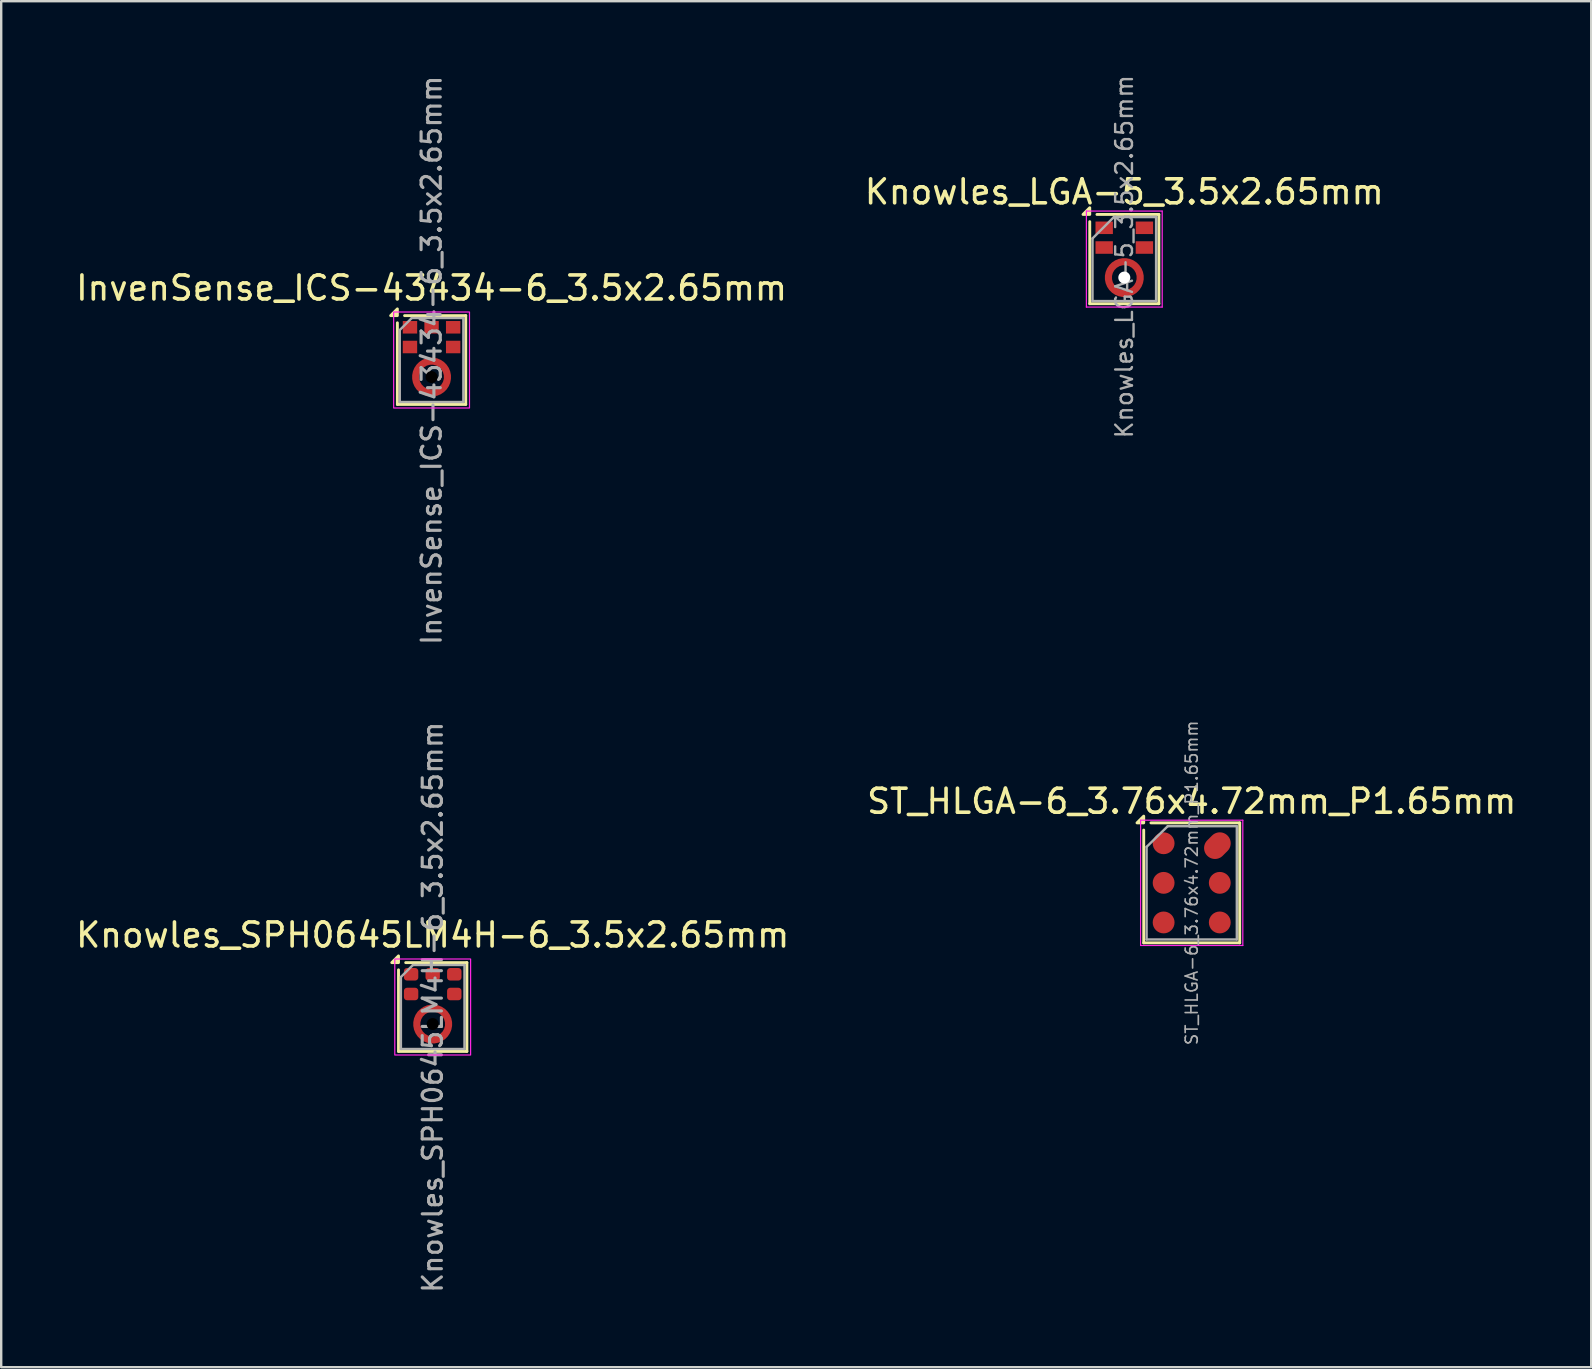
<source format=kicad_pcb>
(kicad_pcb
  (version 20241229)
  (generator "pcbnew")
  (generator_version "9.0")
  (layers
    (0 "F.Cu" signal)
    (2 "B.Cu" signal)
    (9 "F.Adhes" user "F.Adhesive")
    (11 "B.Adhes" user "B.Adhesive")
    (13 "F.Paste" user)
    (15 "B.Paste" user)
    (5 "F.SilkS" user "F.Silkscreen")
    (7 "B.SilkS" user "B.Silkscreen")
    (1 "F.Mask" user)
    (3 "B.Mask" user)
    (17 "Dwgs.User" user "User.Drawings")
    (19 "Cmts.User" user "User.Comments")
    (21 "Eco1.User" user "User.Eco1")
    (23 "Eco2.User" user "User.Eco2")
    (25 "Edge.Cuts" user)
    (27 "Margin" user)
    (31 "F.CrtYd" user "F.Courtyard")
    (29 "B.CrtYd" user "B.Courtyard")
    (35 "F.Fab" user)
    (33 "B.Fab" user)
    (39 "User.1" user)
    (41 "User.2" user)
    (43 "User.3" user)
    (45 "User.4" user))
  (footprint "Knowles_LGA-5_3.5x2.65mm"
    (layer "F.Cu")
    (at 43.804 7.747)
    (property "Reference" "Knowles_LGA-5_3.5x2.65mm" (at 0 -2.8 0) (layer "F.SilkS") (effects (font (size 1 1) (thickness 0.15))))
    (attr smd)
    (fp_line (start -1.44 1.86) (end -1.44 -1.56) (stroke (width 0.12) (type solid)) (layer "F.SilkS"))
    (fp_line (start -1.14 -1.86) (end 1.44 -1.86) (stroke (width 0.12) (type solid)) (layer "F.SilkS"))
    (fp_line (start 1.44 -1.86) (end 1.44 1.86) (stroke (width 0.12) (type solid)) (layer "F.SilkS"))
    (fp_line (start 1.44 1.86) (end -1.44 1.86) (stroke (width 0.12) (type solid)) (layer "F.SilkS"))
    (fp_poly (pts (xy -1.44 -1.86) (xy -1.72 -1.86) (xy -1.44 -2.14) (xy -1.44 -1.86)) (stroke (width 0.12) (type solid)) (fill yes) (layer "F.SilkS"))
    (fp_arc (start -0.6 0.49) (mid -0.464769 0.298418) (end -0.271239 0.165989) (stroke (width 0.3) (type solid)) (layer "F.Paste"))
    (fp_arc (start -0.28 1.37) (mid -0.471582 1.234769) (end -0.604011 1.041239) (stroke (width 0.3) (type solid)) (layer "F.Paste"))
    (fp_arc (start 0.28 0.17) (mid 0.471401 0.305047) (end 0.603799 0.49829) (stroke (width 0.3) (type solid)) (layer "F.Paste"))
    (fp_arc (start 0.6 1.05) (mid 0.464769 1.241582) (end 0.271239 1.374011) (stroke (width 0.3) (type solid)) (layer "F.Paste"))
    (fp_line (start -1.58 -2) (end 1.58 -2) (stroke (width 0.05) (type solid)) (layer "F.CrtYd"))
    (fp_line (start -1.58 2) (end -1.58 -2) (stroke (width 0.05) (type solid)) (layer "F.CrtYd"))
    (fp_line (start 1.58 -2) (end 1.58 2) (stroke (width 0.05) (type solid)) (layer "F.CrtYd"))
    (fp_line (start 1.58 2) (end -1.58 2) (stroke (width 0.05) (type solid)) (layer "F.CrtYd"))
    (fp_line (start -1.325 1.75) (end -1.325 -0.86) (stroke (width 0.1) (type solid)) (layer "F.Fab"))
    (fp_line (start -0.435 -1.75) (end -1.325 -0.86) (stroke (width 0.1) (type solid)) (layer "F.Fab"))
    (fp_line (start 1.325 -1.75) (end -0.435 -1.75) (stroke (width 0.1) (type solid)) (layer "F.Fab"))
    (fp_line (start 1.325 -1.75) (end 1.325 1.75) (stroke (width 0.1) (type solid)) (layer "F.Fab"))
    (fp_line (start 1.325 1.75) (end -1.325 1.75) (stroke (width 0.1) (type solid)) (layer "F.Fab"))
    (fp_text user "${REFERENCE}" (at 0 -0.1 90) (layer "F.Fab") (effects (font (size 0.7 0.7) (thickness 0.1))))
    (pad "" np_thru_hole circle (at 0 0.77) (size 0.5 0.5) (drill 0.5) (layers "*.Cu" "*.Mask"))
    (pad "1" smd rect (at -0.838 -1.304) (size 0.725 0.522) (layers "F.Cu" "F.Mask" "F.Paste"))
    (pad "2" smd rect (at -0.838 -0.482) (size 0.725 0.522) (layers "F.Cu" "F.Mask" "F.Paste"))
    (pad "3" smd custom (at 0 1.433) (size 0.3 0.3) (layers "F.Cu" "F.Mask") (options (anchor circle)) (primitives (gr_circle (center 0 -0.662) (end 0.662 -0.662) (width 0.3) (fill no))))
    (pad "4" smd rect (at 0.838 -0.482) (size 0.725 0.522) (layers "F.Cu" "F.Mask" "F.Paste"))
    (pad "5" smd rect (at 0.838 -1.304) (size 0.725 0.522) (layers "F.Cu" "F.Mask" "F.Paste")))
  (footprint "Knowles_SPH0645LM4H-6_3.5x2.65mm"
    (layer "F.Cu")
    (at 14.982 38.916)
    (property "Reference" "Knowles_SPH0645LM4H-6_3.5x2.65mm" (at 0 -3 0) (unlocked yes) (layer "F.SilkS") (effects (font (size 1 1) (thickness 0.15))))
    (attr smd)
    (fp_line (start -1.425 1.85) (end -1.425 -1.55) (stroke (width 0.12) (type default)) (layer "F.SilkS"))
    (fp_line (start -1.125 -1.85) (end 1.425 -1.85) (stroke (width 0.12) (type default)) (layer "F.SilkS"))
    (fp_line (start 1.425 -1.85) (end 1.425 1.85) (stroke (width 0.12) (type default)) (layer "F.SilkS"))
    (fp_line (start 1.425 1.85) (end -1.425 1.85) (stroke (width 0.12) (type default)) (layer "F.SilkS"))
    (fp_poly (pts (xy -1.425 -1.85) (xy -1.705 -1.85) (xy -1.425 -2.13) (xy -1.425 -1.85)) (stroke (width 0.12) (type solid)) (fill yes) (layer "F.SilkS"))
    (fp_poly (pts (xy -0.641 1.209) (xy -0.723 1.08) (xy -0.78 0.937) (xy -0.809 0.787) (xy -0.809 0.633) (xy -0.78 0.483) (xy -0.723 0.34) (xy -0.641 0.211) (xy -0.426 0.425) (xy -0.468 0.501) (xy -0.496 0.582) (xy -0.511 0.667) (xy -0.511 0.753) (xy -0.496 0.838) (xy -0.468 0.919) (xy -0.426 0.995)) (stroke (width 0) (type solid)) (fill yes) (layer "F.Paste"))
    (fp_poly (pts (xy -0.499 0.069) (xy -0.37 -0.013) (xy -0.227 -0.07) (xy -0.077 -0.099) (xy 0.077 -0.099) (xy 0.227 -0.07) (xy 0.37 -0.013) (xy 0.499 0.069) (xy 0.285 0.284) (xy 0.209 0.242) (xy 0.128 0.214) (xy 0.043 0.199) (xy -0.043 0.199) (xy -0.128 0.214) (xy -0.209 0.242) (xy -0.285 0.284)) (stroke (width 0) (type solid)) (fill yes) (layer "F.Paste"))
    (fp_poly (pts (xy 0.499 1.351) (xy 0.37 1.433) (xy 0.227 1.49) (xy 0.077 1.519) (xy -0.077 1.519) (xy -0.227 1.49) (xy -0.37 1.433) (xy -0.499 1.351) (xy -0.285 1.136) (xy -0.209 1.178) (xy -0.128 1.206) (xy -0.043 1.221) (xy 0.043 1.221) (xy 0.128 1.206) (xy 0.209 1.178) (xy 0.285 1.136)) (stroke (width 0) (type solid)) (fill yes) (layer "F.Paste"))
    (fp_poly (pts (xy 0.641 0.211) (xy 0.723 0.34) (xy 0.78 0.483) (xy 0.809 0.633) (xy 0.809 0.787) (xy 0.78 0.937) (xy 0.723 1.08) (xy 0.641 1.209) (xy 0.426 0.995) (xy 0.468 0.919) (xy 0.496 0.838) (xy 0.511 0.753) (xy 0.511 0.667) (xy 0.496 0.582) (xy 0.468 0.501) (xy 0.426 0.425)) (stroke (width 0) (type solid)) (fill yes) (layer "F.Paste"))
    (fp_rect (start -1.58 -2) (end 1.58 2) (stroke (width 0.05) (type solid)) (fill no) (layer "F.CrtYd"))
    (fp_line (start -1.325 -1.25) (end -1.325 1.75) (stroke (width 0.1) (type solid)) (layer "F.Fab"))
    (fp_line (start -1.325 1.75) (end 1.325 1.75) (stroke (width 0.1) (type solid)) (layer "F.Fab"))
    (fp_line (start -0.825 -1.75) (end -1.325 -1.25) (stroke (width 0.1) (type solid)) (layer "F.Fab"))
    (fp_line (start 1.325 -1.75) (end -0.825 -1.75) (stroke (width 0.1) (type solid)) (layer "F.Fab"))
    (fp_line (start 1.325 1.75) (end 1.325 -1.75) (stroke (width 0.1) (type solid)) (layer "F.Fab"))
    (fp_text user "${REFERENCE}" (at 0 0.01 90) (unlocked yes) (layer "F.Fab") (effects (font (size 0.8 0.8) (thickness 0.13))))
    (pad "" np_thru_hole circle (at 0 0.71) (size 0.5 0.5) (drill 0.5) (layers "*.Mask"))
    (pad "1" smd roundrect (at -0.9 -1.364) (size 0.6 0.522) (layers "F.Cu" "F.Mask" "F.Paste") (roundrect_rratio 0.25))
    (pad "2" smd roundrect (at -0.9 -0.542) (size 0.6 0.522) (layers "F.Cu" "F.Mask" "F.Paste") (roundrect_rratio 0.25))
    (pad "3" smd custom (at 0.662 0.71 90) (size 0.3 0.3) (layers "F.Cu" "F.Mask") (options (anchor circle)) (primitives (gr_circle (center 0 -0.662) (end 0.662 -0.662) (width 0.3) (fill no))))
    (pad "4" smd roundrect (at 0.9 -0.542) (size 0.6 0.522) (layers "F.Cu" "F.Mask" "F.Paste") (roundrect_rratio 0.25))
    (pad "5" smd roundrect (at 0.9 -1.364) (size 0.6 0.522) (layers "F.Cu" "F.Mask" "F.Paste") (roundrect_rratio 0.25))
    (pad "6" smd roundrect (at 0 -1.364) (size 0.6 0.522) (layers "F.Cu" "F.Mask" "F.Paste") (roundrect_rratio 0.25)))
  (footprint "ST_HLGA-6_3.76x4.72mm_P1.65mm"
    (layer "F.Cu")
    (at 46.613 33.742)
    (property "Reference" "ST_HLGA-6_3.76x4.72mm_P1.65mm" (at 0 -3.4 0) (layer "F.SilkS") (effects (font (size 1 1) (thickness 0.15))))
    (attr smd)
    (fp_line (start -2 -2.2) (end -2 2.5) (stroke (width 0.12) (type solid)) (layer "F.SilkS"))
    (fp_line (start 2 -2.5) (end -1.7 -2.5) (stroke (width 0.12) (type solid)) (layer "F.SilkS"))
    (fp_line (start 2 -2.5) (end 2 2.5) (stroke (width 0.12) (type solid)) (layer "F.SilkS"))
    (fp_line (start 2 2.5) (end -2 2.5) (stroke (width 0.12) (type solid)) (layer "F.SilkS"))
    (fp_poly (pts (xy -2 -2.5) (xy -2.28 -2.5) (xy -2 -2.78) (xy -2 -2.5)) (stroke (width 0.12) (type solid)) (fill yes) (layer "F.SilkS"))
    (fp_line (start -2.13 -2.61) (end 2.13 -2.61) (stroke (width 0.05) (type solid)) (layer "F.CrtYd"))
    (fp_line (start -2.13 2.61) (end -2.13 -2.61) (stroke (width 0.05) (type solid)) (layer "F.CrtYd"))
    (fp_line (start 2.13 -2.61) (end 2.13 2.61) (stroke (width 0.05) (type solid)) (layer "F.CrtYd"))
    (fp_line (start 2.13 2.61) (end -2.13 2.61) (stroke (width 0.05) (type solid)) (layer "F.CrtYd"))
    (fp_line (start -1.88 2.36) (end -1.88 -1.5) (stroke (width 0.1) (type solid)) (layer "F.Fab"))
    (fp_line (start -1 -2.36) (end -1.88 -1.5) (stroke (width 0.1) (type solid)) (layer "F.Fab"))
    (fp_line (start -1 -2.36) (end 1.88 -2.36) (stroke (width 0.1) (type solid)) (layer "F.Fab"))
    (fp_line (start 1.88 -2.36) (end 1.88 2.36) (stroke (width 0.1) (type solid)) (layer "F.Fab"))
    (fp_line (start 1.88 2.36) (end -1.88 2.36) (stroke (width 0.1) (type solid)) (layer "F.Fab"))
    (fp_text user "${REFERENCE}" (at 0 0 90) (layer "F.Fab") (effects (font (size 0.5 0.5) (thickness 0.07))))
    (pad "1" smd circle (at -1.17 -1.65) (size 0.91 0.91) (layers "F.Cu" "F.Mask" "F.Paste"))
    (pad "2" smd circle (at -1.17 0) (size 0.91 0.91) (layers "F.Cu" "F.Mask" "F.Paste"))
    (pad "3" smd circle (at -1.17 1.65) (size 0.91 0.91) (layers "F.Cu" "F.Mask" "F.Paste"))
    (pad "4" smd circle (at 1.17 1.65) (size 0.91 0.91) (layers "F.Cu" "F.Mask" "F.Paste"))
    (pad "5" smd circle (at 1.17 0) (size 0.91 0.91) (layers "F.Cu" "F.Mask" "F.Paste"))
    (pad "6" smd oval (at 1.17 -1.65 45) (size 1.193 0.91) (drill (offset -0.141 0)) (layers "F.Cu" "F.Mask" "F.Paste")))
  (footprint "InvenSense_ICS-43434-6_3.5x2.65mm"
    (layer "F.Cu")
    (at 14.935 11.953)
    (property "Reference" "InvenSense_ICS-43434-6_3.5x2.65mm" (at 0 -3 0) (unlocked yes) (layer "F.SilkS") (effects (font (size 1 1) (thickness 0.15))))
    (attr smd)
    (fp_line (start -1.425 1.85) (end -1.425 -1.55) (stroke (width 0.12) (type default)) (layer "F.SilkS"))
    (fp_line (start -1.125 -1.85) (end 1.425 -1.85) (stroke (width 0.12) (type default)) (layer "F.SilkS"))
    (fp_line (start 1.425 -1.85) (end 1.425 1.85) (stroke (width 0.12) (type default)) (layer "F.SilkS"))
    (fp_line (start 1.425 1.85) (end -1.425 1.85) (stroke (width 0.12) (type default)) (layer "F.SilkS"))
    (fp_poly (pts (xy -1.425 -1.85) (xy -1.705 -1.85) (xy -1.425 -2.13) (xy -1.425 -1.85)) (stroke (width 0.12) (type solid)) (fill yes) (layer "F.SilkS"))
    (fp_rect (start -1.15 -1.575) (end -0.65 -1.153) (stroke (width 0) (type solid)) (fill yes) (layer "F.Paste"))
    (fp_rect (start -0.65 -0.753) (end -1.15 -0.331) (stroke (width 0) (type solid)) (fill yes) (layer "F.Paste"))
    (fp_rect (start -0.25 -1.575) (end 0.25 -1.153) (stroke (width 0) (type solid)) (fill yes) (layer "F.Paste"))
    (fp_rect (start 0.65 -0.753) (end 1.15 -0.331) (stroke (width 0) (type solid)) (fill yes) (layer "F.Paste"))
    (fp_rect (start 1.15 -1.575) (end 0.65 -1.153) (stroke (width 0) (type solid)) (fill yes) (layer "F.Paste"))
    (fp_poly (pts (xy -0.811 0.66) (xy -0.783 0.494) (xy -0.723 0.338) (xy -0.631 0.198) (xy -0.512 0.079) (xy -0.372 -0.013) (xy -0.215 -0.073) (xy -0.05 -0.101) (xy -0.05 0.15) (xy -0.16 0.171) (xy -0.263 0.213) (xy -0.356 0.275) (xy -0.435 0.354) (xy -0.497 0.447) (xy -0.539 0.55) (xy -0.56 0.66)) (stroke (width 0) (type solid)) (fill yes) (layer "F.Paste"))
    (fp_poly (pts (xy -0.05 1.521) (xy -0.215 1.493) (xy -0.372 1.433) (xy -0.512 1.341) (xy -0.631 1.222) (xy -0.723 1.082) (xy -0.783 0.925) (xy -0.811 0.76) (xy -0.56 0.76) (xy -0.539 0.87) (xy -0.497 0.973) (xy -0.435 1.066) (xy -0.356 1.145) (xy -0.263 1.207) (xy -0.16 1.249) (xy -0.05 1.27)) (stroke (width 0) (type solid)) (fill yes) (layer "F.Paste"))
    (fp_poly (pts (xy 0.05 -0.101) (xy 0.215 -0.073) (xy 0.372 -0.013) (xy 0.512 0.079) (xy 0.631 0.198) (xy 0.723 0.338) (xy 0.783 0.494) (xy 0.811 0.66) (xy 0.56 0.66) (xy 0.539 0.55) (xy 0.497 0.447) (xy 0.435 0.354) (xy 0.356 0.275) (xy 0.263 0.213) (xy 0.16 0.171) (xy 0.05 0.15)) (stroke (width 0) (type solid)) (fill yes) (layer "F.Paste"))
    (fp_poly (pts (xy 0.811 0.76) (xy 0.783 0.925) (xy 0.723 1.082) (xy 0.631 1.222) (xy 0.512 1.341) (xy 0.372 1.433) (xy 0.215 1.493) (xy 0.05 1.521) (xy 0.05 1.27) (xy 0.16 1.249) (xy 0.263 1.207) (xy 0.356 1.145) (xy 0.435 1.066) (xy 0.497 0.973) (xy 0.539 0.87) (xy 0.56 0.76)) (stroke (width 0) (type solid)) (fill yes) (layer "F.Paste"))
    (fp_rect (start -1.58 -2) (end 1.58 2) (stroke (width 0.05) (type solid)) (fill no) (layer "F.CrtYd"))
    (fp_line (start -1.325 -1.25) (end -1.325 1.75) (stroke (width 0.1) (type solid)) (layer "F.Fab"))
    (fp_line (start -1.325 1.75) (end 1.325 1.75) (stroke (width 0.1) (type solid)) (layer "F.Fab"))
    (fp_line (start -0.825 -1.75) (end -1.325 -1.25) (stroke (width 0.1) (type solid)) (layer "F.Fab"))
    (fp_line (start 1.325 -1.75) (end -0.825 -1.75) (stroke (width 0.1) (type solid)) (layer "F.Fab"))
    (fp_line (start 1.325 1.75) (end 1.325 -1.75) (stroke (width 0.1) (type solid)) (layer "F.Fab"))
    (fp_text user "${REFERENCE}" (at 0 0.01 90) (unlocked yes) (layer "F.Fab") (effects (font (size 0.8 0.8) (thickness 0.13))))
    (pad "" np_thru_hole circle (at 0 0.71) (size 0.5 0.5) (drill 0.5) (layers "*.Mask"))
    (pad "1" smd rect (at -0.9 -1.364) (size 0.6 0.522) (layers "F.Cu" "F.Mask"))
    (pad "2" smd rect (at -0.9 -0.542) (size 0.6 0.522) (layers "F.Cu" "F.Mask"))
    (pad "3" smd custom (at 0.662 0.71 90) (size 0.3 0.3) (layers "F.Cu" "F.Mask") (options (anchor circle)) (primitives (gr_circle (center 0 -0.662) (end 0.662 -0.662) (width 0.3) (fill no))))
    (pad "4" smd rect (at 0.9 -0.542) (size 0.6 0.522) (layers "F.Cu" "F.Mask"))
    (pad "5" smd rect (at 0.9 -1.364) (size 0.6 0.522) (layers "F.Cu" "F.Mask"))
    (pad "6" smd rect (at 0 -1.364) (size 0.6 0.522) (layers "F.Cu" "F.Mask")))
  (gr_rect
    (start -3 -3)
    (end 63.262 53.927)
    (stroke (width 0.1) (type default))
    (fill no)
    (layer "Edge.Cuts")))
</source>
